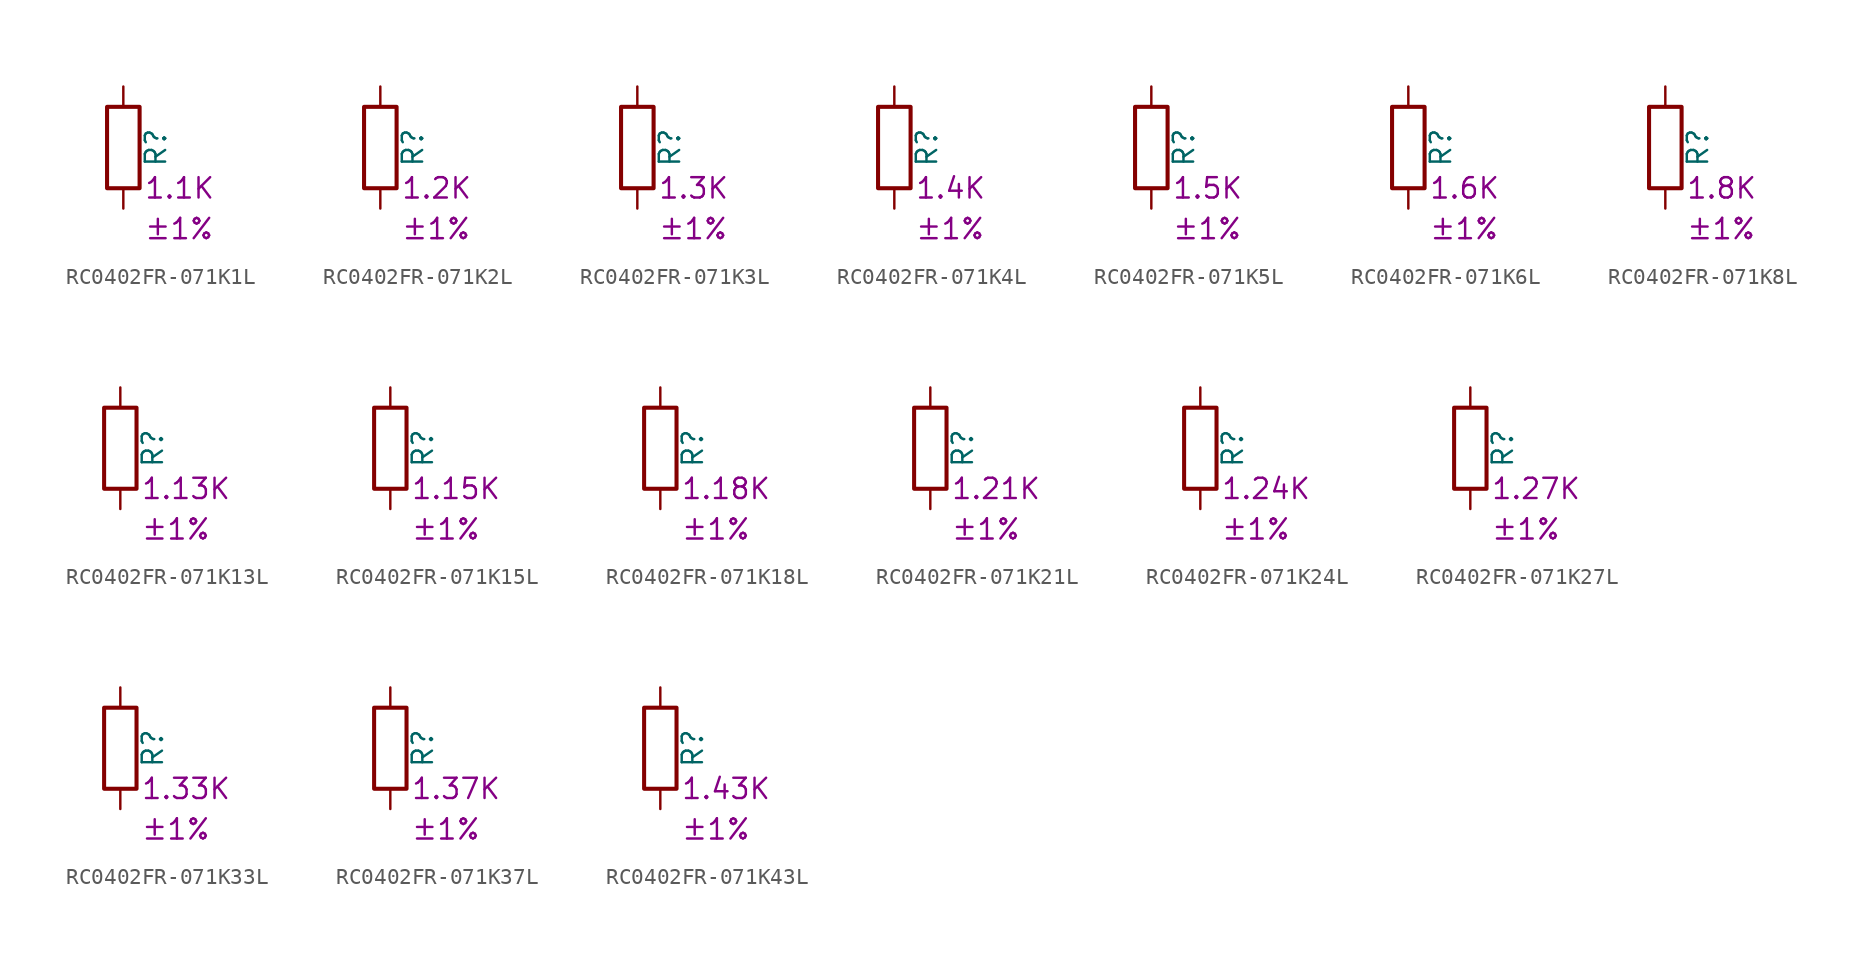
<source format=kicad_sym>
(kicad_symbol_lib
  (version 20220914)
  (generator kicad_symbol_editor)
  (symbol "RC0402FR-071K1L"
    (pin_numbers hide)
    (pin_names
      (offset 0))
    (property "Reference" "R"
      (at 2.032 0 90)
      (effects (font (size 1.27 1.27))))
    (property "Resistance" "1.1K"
      (at 1.27 -2.54 0)
      (effects (font (size 1.27 1.27)) (justify left)))
    (property "Tolerance" "±1%"
      (at 1.27 -5.08 0)
      (effects (font (size 1.27 1.27)) (justify left)))
    (symbol "RC0402FR-071K1L_0_1"
      (rectangle (start -1.016 -2.54) (end 1.016 2.54) (stroke (width 0.254) (type default)) (fill (type none))))
    (symbol "RC0402FR-071K1L_1_1"
      (pin passive line (at 0 3.81 270) (length 1.27) (name "~" (effects (font (size 1.27 1.27)))) (number "1" (effects (font (size 1.27 1.27)))))
      (pin passive line (at 0 -3.81 90) (length 1.27) (name "~" (effects (font (size 1.27 1.27)))) (number "2" (effects (font (size 1.27 1.27)))))))
  (symbol "RC0402FR-071K2L"
    (pin_numbers hide)
    (pin_names
      (offset 0))
    (property "Reference" "R"
      (at 2.032 0 90)
      (effects (font (size 1.27 1.27))))
    (property "Resistance" "1.2K"
      (at 1.27 -2.54 0)
      (effects (font (size 1.27 1.27)) (justify left)))
    (property "Tolerance" "±1%"
      (at 1.27 -5.08 0)
      (effects (font (size 1.27 1.27)) (justify left)))
    (symbol "RC0402FR-071K2L_0_1"
      (rectangle (start -1.016 -2.54) (end 1.016 2.54) (stroke (width 0.254) (type default)) (fill (type none))))
    (symbol "RC0402FR-071K2L_1_1"
      (pin passive line (at 0 3.81 270) (length 1.27) (name "~" (effects (font (size 1.27 1.27)))) (number "1" (effects (font (size 1.27 1.27)))))
      (pin passive line (at 0 -3.81 90) (length 1.27) (name "~" (effects (font (size 1.27 1.27)))) (number "2" (effects (font (size 1.27 1.27)))))))
  (symbol "RC0402FR-071K3L"
    (pin_numbers hide)
    (pin_names
      (offset 0))
    (property "Reference" "R"
      (at 2.032 0 90)
      (effects (font (size 1.27 1.27))))
    (property "Resistance" "1.3K"
      (at 1.27 -2.54 0)
      (effects (font (size 1.27 1.27)) (justify left)))
    (property "Tolerance" "±1%"
      (at 1.27 -5.08 0)
      (effects (font (size 1.27 1.27)) (justify left)))
    (symbol "RC0402FR-071K3L_0_1"
      (rectangle (start -1.016 -2.54) (end 1.016 2.54) (stroke (width 0.254) (type default)) (fill (type none))))
    (symbol "RC0402FR-071K3L_1_1"
      (pin passive line (at 0 3.81 270) (length 1.27) (name "~" (effects (font (size 1.27 1.27)))) (number "1" (effects (font (size 1.27 1.27)))))
      (pin passive line (at 0 -3.81 90) (length 1.27) (name "~" (effects (font (size 1.27 1.27)))) (number "2" (effects (font (size 1.27 1.27)))))))
  (symbol "RC0402FR-071K4L"
    (pin_numbers hide)
    (pin_names
      (offset 0))
    (property "Reference" "R"
      (at 2.032 0 90)
      (effects (font (size 1.27 1.27))))
    (property "Resistance" "1.4K"
      (at 1.27 -2.54 0)
      (effects (font (size 1.27 1.27)) (justify left)))
    (property "Tolerance" "±1%"
      (at 1.27 -5.08 0)
      (effects (font (size 1.27 1.27)) (justify left)))
    (symbol "RC0402FR-071K4L_0_1"
      (rectangle (start -1.016 -2.54) (end 1.016 2.54) (stroke (width 0.254) (type default)) (fill (type none))))
    (symbol "RC0402FR-071K4L_1_1"
      (pin passive line (at 0 3.81 270) (length 1.27) (name "~" (effects (font (size 1.27 1.27)))) (number "1" (effects (font (size 1.27 1.27)))))
      (pin passive line (at 0 -3.81 90) (length 1.27) (name "~" (effects (font (size 1.27 1.27)))) (number "2" (effects (font (size 1.27 1.27)))))))
  (symbol "RC0402FR-071K5L"
    (pin_numbers hide)
    (pin_names
      (offset 0))
    (property "Reference" "R"
      (at 2.032 0 90)
      (effects (font (size 1.27 1.27))))
    (property "Resistance" "1.5K"
      (at 1.27 -2.54 0)
      (effects (font (size 1.27 1.27)) (justify left)))
    (property "Tolerance" "±1%"
      (at 1.27 -5.08 0)
      (effects (font (size 1.27 1.27)) (justify left)))
    (symbol "RC0402FR-071K5L_0_1"
      (rectangle (start -1.016 -2.54) (end 1.016 2.54) (stroke (width 0.254) (type default)) (fill (type none))))
    (symbol "RC0402FR-071K5L_1_1"
      (pin passive line (at 0 3.81 270) (length 1.27) (name "~" (effects (font (size 1.27 1.27)))) (number "1" (effects (font (size 1.27 1.27)))))
      (pin passive line (at 0 -3.81 90) (length 1.27) (name "~" (effects (font (size 1.27 1.27)))) (number "2" (effects (font (size 1.27 1.27)))))))
  (symbol "RC0402FR-071K6L"
    (pin_numbers hide)
    (pin_names
      (offset 0))
    (property "Reference" "R"
      (at 2.032 0 90)
      (effects (font (size 1.27 1.27))))
    (property "Resistance" "1.6K"
      (at 1.27 -2.54 0)
      (effects (font (size 1.27 1.27)) (justify left)))
    (property "Tolerance" "±1%"
      (at 1.27 -5.08 0)
      (effects (font (size 1.27 1.27)) (justify left)))
    (symbol "RC0402FR-071K6L_0_1"
      (rectangle (start -1.016 -2.54) (end 1.016 2.54) (stroke (width 0.254) (type default)) (fill (type none))))
    (symbol "RC0402FR-071K6L_1_1"
      (pin passive line (at 0 3.81 270) (length 1.27) (name "~" (effects (font (size 1.27 1.27)))) (number "1" (effects (font (size 1.27 1.27)))))
      (pin passive line (at 0 -3.81 90) (length 1.27) (name "~" (effects (font (size 1.27 1.27)))) (number "2" (effects (font (size 1.27 1.27)))))))
  (symbol "RC0402FR-071K8L"
    (pin_numbers hide)
    (pin_names
      (offset 0))
    (property "Reference" "R"
      (at 2.032 0 90)
      (effects (font (size 1.27 1.27))))
    (property "Resistance" "1.8K"
      (at 1.27 -2.54 0)
      (effects (font (size 1.27 1.27)) (justify left)))
    (property "Tolerance" "±1%"
      (at 1.27 -5.08 0)
      (effects (font (size 1.27 1.27)) (justify left)))
    (symbol "RC0402FR-071K8L_0_1"
      (rectangle (start -1.016 -2.54) (end 1.016 2.54) (stroke (width 0.254) (type default)) (fill (type none))))
    (symbol "RC0402FR-071K8L_1_1"
      (pin passive line (at 0 3.81 270) (length 1.27) (name "~" (effects (font (size 1.27 1.27)))) (number "1" (effects (font (size 1.27 1.27)))))
      (pin passive line (at 0 -3.81 90) (length 1.27) (name "~" (effects (font (size 1.27 1.27)))) (number "2" (effects (font (size 1.27 1.27)))))))
  (symbol "RC0402FR-071K13L"
    (pin_numbers hide)
    (pin_names
      (offset 0))
    (property "Reference" "R"
      (at 2.032 0 90)
      (effects (font (size 1.27 1.27))))
    (property "Resistance" "1.13K"
      (at 1.27 -2.54 0)
      (effects (font (size 1.27 1.27)) (justify left)))
    (property "Tolerance" "±1%"
      (at 1.27 -5.08 0)
      (effects (font (size 1.27 1.27)) (justify left)))
    (symbol "RC0402FR-071K13L_0_1"
      (rectangle (start -1.016 -2.54) (end 1.016 2.54) (stroke (width 0.254) (type default)) (fill (type none))))
    (symbol "RC0402FR-071K13L_1_1"
      (pin passive line (at 0 3.81 270) (length 1.27) (name "~" (effects (font (size 1.27 1.27)))) (number "1" (effects (font (size 1.27 1.27)))))
      (pin passive line (at 0 -3.81 90) (length 1.27) (name "~" (effects (font (size 1.27 1.27)))) (number "2" (effects (font (size 1.27 1.27)))))))
  (symbol "RC0402FR-071K15L"
    (pin_numbers hide)
    (pin_names
      (offset 0))
    (property "Reference" "R"
      (at 2.032 0 90)
      (effects (font (size 1.27 1.27))))
    (property "Resistance" "1.15K"
      (at 1.27 -2.54 0)
      (effects (font (size 1.27 1.27)) (justify left)))
    (property "Tolerance" "±1%"
      (at 1.27 -5.08 0)
      (effects (font (size 1.27 1.27)) (justify left)))
    (symbol "RC0402FR-071K15L_0_1"
      (rectangle (start -1.016 -2.54) (end 1.016 2.54) (stroke (width 0.254) (type default)) (fill (type none))))
    (symbol "RC0402FR-071K15L_1_1"
      (pin passive line (at 0 3.81 270) (length 1.27) (name "~" (effects (font (size 1.27 1.27)))) (number "1" (effects (font (size 1.27 1.27)))))
      (pin passive line (at 0 -3.81 90) (length 1.27) (name "~" (effects (font (size 1.27 1.27)))) (number "2" (effects (font (size 1.27 1.27)))))))
  (symbol "RC0402FR-071K18L"
    (pin_numbers hide)
    (pin_names
      (offset 0))
    (property "Reference" "R"
      (at 2.032 0 90)
      (effects (font (size 1.27 1.27))))
    (property "Resistance" "1.18K"
      (at 1.27 -2.54 0)
      (effects (font (size 1.27 1.27)) (justify left)))
    (property "Tolerance" "±1%"
      (at 1.27 -5.08 0)
      (effects (font (size 1.27 1.27)) (justify left)))
    (symbol "RC0402FR-071K18L_0_1"
      (rectangle (start -1.016 -2.54) (end 1.016 2.54) (stroke (width 0.254) (type default)) (fill (type none))))
    (symbol "RC0402FR-071K18L_1_1"
      (pin passive line (at 0 3.81 270) (length 1.27) (name "~" (effects (font (size 1.27 1.27)))) (number "1" (effects (font (size 1.27 1.27)))))
      (pin passive line (at 0 -3.81 90) (length 1.27) (name "~" (effects (font (size 1.27 1.27)))) (number "2" (effects (font (size 1.27 1.27)))))))
  (symbol "RC0402FR-071K21L"
    (pin_numbers hide)
    (pin_names
      (offset 0))
    (property "Reference" "R"
      (at 2.032 0 90)
      (effects (font (size 1.27 1.27))))
    (property "Resistance" "1.21K"
      (at 1.27 -2.54 0)
      (effects (font (size 1.27 1.27)) (justify left)))
    (property "Tolerance" "±1%"
      (at 1.27 -5.08 0)
      (effects (font (size 1.27 1.27)) (justify left)))
    (symbol "RC0402FR-071K21L_0_1"
      (rectangle (start -1.016 -2.54) (end 1.016 2.54) (stroke (width 0.254) (type default)) (fill (type none))))
    (symbol "RC0402FR-071K21L_1_1"
      (pin passive line (at 0 3.81 270) (length 1.27) (name "~" (effects (font (size 1.27 1.27)))) (number "1" (effects (font (size 1.27 1.27)))))
      (pin passive line (at 0 -3.81 90) (length 1.27) (name "~" (effects (font (size 1.27 1.27)))) (number "2" (effects (font (size 1.27 1.27)))))))
  (symbol "RC0402FR-071K24L"
    (pin_numbers hide)
    (pin_names
      (offset 0))
    (property "Reference" "R"
      (at 2.032 0 90)
      (effects (font (size 1.27 1.27))))
    (property "Resistance" "1.24K"
      (at 1.27 -2.54 0)
      (effects (font (size 1.27 1.27)) (justify left)))
    (property "Tolerance" "±1%"
      (at 1.27 -5.08 0)
      (effects (font (size 1.27 1.27)) (justify left)))
    (symbol "RC0402FR-071K24L_0_1"
      (rectangle (start -1.016 -2.54) (end 1.016 2.54) (stroke (width 0.254) (type default)) (fill (type none))))
    (symbol "RC0402FR-071K24L_1_1"
      (pin passive line (at 0 3.81 270) (length 1.27) (name "~" (effects (font (size 1.27 1.27)))) (number "1" (effects (font (size 1.27 1.27)))))
      (pin passive line (at 0 -3.81 90) (length 1.27) (name "~" (effects (font (size 1.27 1.27)))) (number "2" (effects (font (size 1.27 1.27)))))))
  (symbol "RC0402FR-071K27L"
    (pin_numbers hide)
    (pin_names
      (offset 0))
    (property "Reference" "R"
      (at 2.032 0 90)
      (effects (font (size 1.27 1.27))))
    (property "Resistance" "1.27K"
      (at 1.27 -2.54 0)
      (effects (font (size 1.27 1.27)) (justify left)))
    (property "Tolerance" "±1%"
      (at 1.27 -5.08 0)
      (effects (font (size 1.27 1.27)) (justify left)))
    (symbol "RC0402FR-071K27L_0_1"
      (rectangle (start -1.016 -2.54) (end 1.016 2.54) (stroke (width 0.254) (type default)) (fill (type none))))
    (symbol "RC0402FR-071K27L_1_1"
      (pin passive line (at 0 3.81 270) (length 1.27) (name "~" (effects (font (size 1.27 1.27)))) (number "1" (effects (font (size 1.27 1.27)))))
      (pin passive line (at 0 -3.81 90) (length 1.27) (name "~" (effects (font (size 1.27 1.27)))) (number "2" (effects (font (size 1.27 1.27)))))))
  (symbol "RC0402FR-071K33L"
    (pin_numbers hide)
    (pin_names
      (offset 0))
    (property "Reference" "R"
      (at 2.032 0 90)
      (effects (font (size 1.27 1.27))))
    (property "Resistance" "1.33K"
      (at 1.27 -2.54 0)
      (effects (font (size 1.27 1.27)) (justify left)))
    (property "Tolerance" "±1%"
      (at 1.27 -5.08 0)
      (effects (font (size 1.27 1.27)) (justify left)))
    (symbol "RC0402FR-071K33L_0_1"
      (rectangle (start -1.016 -2.54) (end 1.016 2.54) (stroke (width 0.254) (type default)) (fill (type none))))
    (symbol "RC0402FR-071K33L_1_1"
      (pin passive line (at 0 3.81 270) (length 1.27) (name "~" (effects (font (size 1.27 1.27)))) (number "1" (effects (font (size 1.27 1.27)))))
      (pin passive line (at 0 -3.81 90) (length 1.27) (name "~" (effects (font (size 1.27 1.27)))) (number "2" (effects (font (size 1.27 1.27)))))))
  (symbol "RC0402FR-071K37L"
    (pin_numbers hide)
    (pin_names
      (offset 0))
    (property "Reference" "R"
      (at 2.032 0 90)
      (effects (font (size 1.27 1.27))))
    (property "Resistance" "1.37K"
      (at 1.27 -2.54 0)
      (effects (font (size 1.27 1.27)) (justify left)))
    (property "Tolerance" "±1%"
      (at 1.27 -5.08 0)
      (effects (font (size 1.27 1.27)) (justify left)))
    (symbol "RC0402FR-071K37L_0_1"
      (rectangle (start -1.016 -2.54) (end 1.016 2.54) (stroke (width 0.254) (type default)) (fill (type none))))
    (symbol "RC0402FR-071K37L_1_1"
      (pin passive line (at 0 3.81 270) (length 1.27) (name "~" (effects (font (size 1.27 1.27)))) (number "1" (effects (font (size 1.27 1.27)))))
      (pin passive line (at 0 -3.81 90) (length 1.27) (name "~" (effects (font (size 1.27 1.27)))) (number "2" (effects (font (size 1.27 1.27)))))))
  (symbol "RC0402FR-071K43L"
    (pin_numbers hide)
    (pin_names
      (offset 0))
    (property "Reference" "R"
      (at 2.032 0 90)
      (effects (font (size 1.27 1.27))))
    (property "Resistance" "1.43K"
      (at 1.27 -2.54 0)
      (effects (font (size 1.27 1.27)) (justify left)))
    (property "Tolerance" "±1%"
      (at 1.27 -5.08 0)
      (effects (font (size 1.27 1.27)) (justify left)))
    (symbol "RC0402FR-071K43L_0_1"
      (rectangle (start -1.016 -2.54) (end 1.016 2.54) (stroke (width 0.254) (type default)) (fill (type none))))
    (symbol "RC0402FR-071K43L_1_1"
      (pin passive line (at 0 3.81 270) (length 1.27) (name "~" (effects (font (size 1.27 1.27)))) (number "1" (effects (font (size 1.27 1.27)))))
      (pin passive line (at 0 -3.81 90) (length 1.27) (name "~" (effects (font (size 1.27 1.27)))) (number "2" (effects (font (size 1.27 1.27))))))))
</source>
